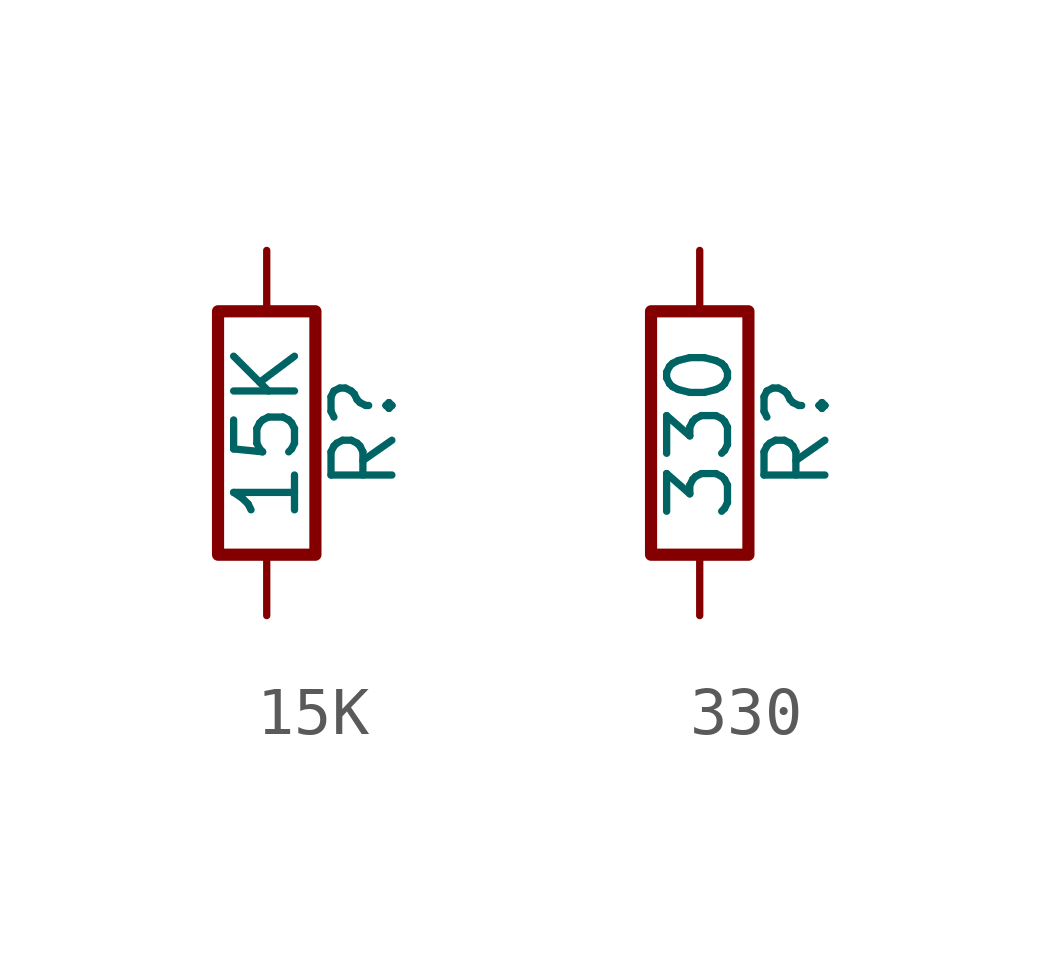
<source format=kicad_sym>
(kicad_symbol_lib
  (version 20220914)
  (generator kicad_db_lib)
  (symbol "15K"
    (pin_numbers hide)
    (pin_names
      (offset 0))
    (property "Reference" "R"
      (at 2.032 0 90)
      (effects (font (size 1.27 1.27))))
    (property "Value" "15K"
      (at 0 0 90)
      (effects (font (size 1.27 1.27))))
    (symbol "15K_0_1"
      (rectangle (start -1.016 -2.54) (end 1.016 2.54) (stroke (width 0.254) (type default)) (fill (type none))))
    (symbol "15K_1_1"
      (pin passive line (at 0 3.81 270) (length 1.27) (name "~" (effects (font (size 1.27 1.27)))) (number "1" (effects (font (size 1.27 1.27)))))
      (pin passive line (at 0 -3.81 90) (length 1.27) (name "~" (effects (font (size 1.27 1.27)))) (number "2" (effects (font (size 1.27 1.27)))))))
  (symbol "330"
    (pin_numbers hide)
    (pin_names
      (offset 0))
    (property "Reference" "R"
      (at 2.032 0 90)
      (effects (font (size 1.27 1.27))))
    (property "Value" "330"
      (at 0 0 90)
      (effects (font (size 1.27 1.27))))
    (symbol "330_0_1"
      (rectangle (start -1.016 -2.54) (end 1.016 2.54) (stroke (width 0.254) (type default)) (fill (type none))))
    (symbol "330_1_1"
      (pin passive line (at 0 3.81 270) (length 1.27) (name "~" (effects (font (size 1.27 1.27)))) (number "1" (effects (font (size 1.27 1.27)))))
      (pin passive line (at 0 -3.81 90) (length 1.27) (name "~" (effects (font (size 1.27 1.27)))) (number "2" (effects (font (size 1.27 1.27))))))))
</source>
